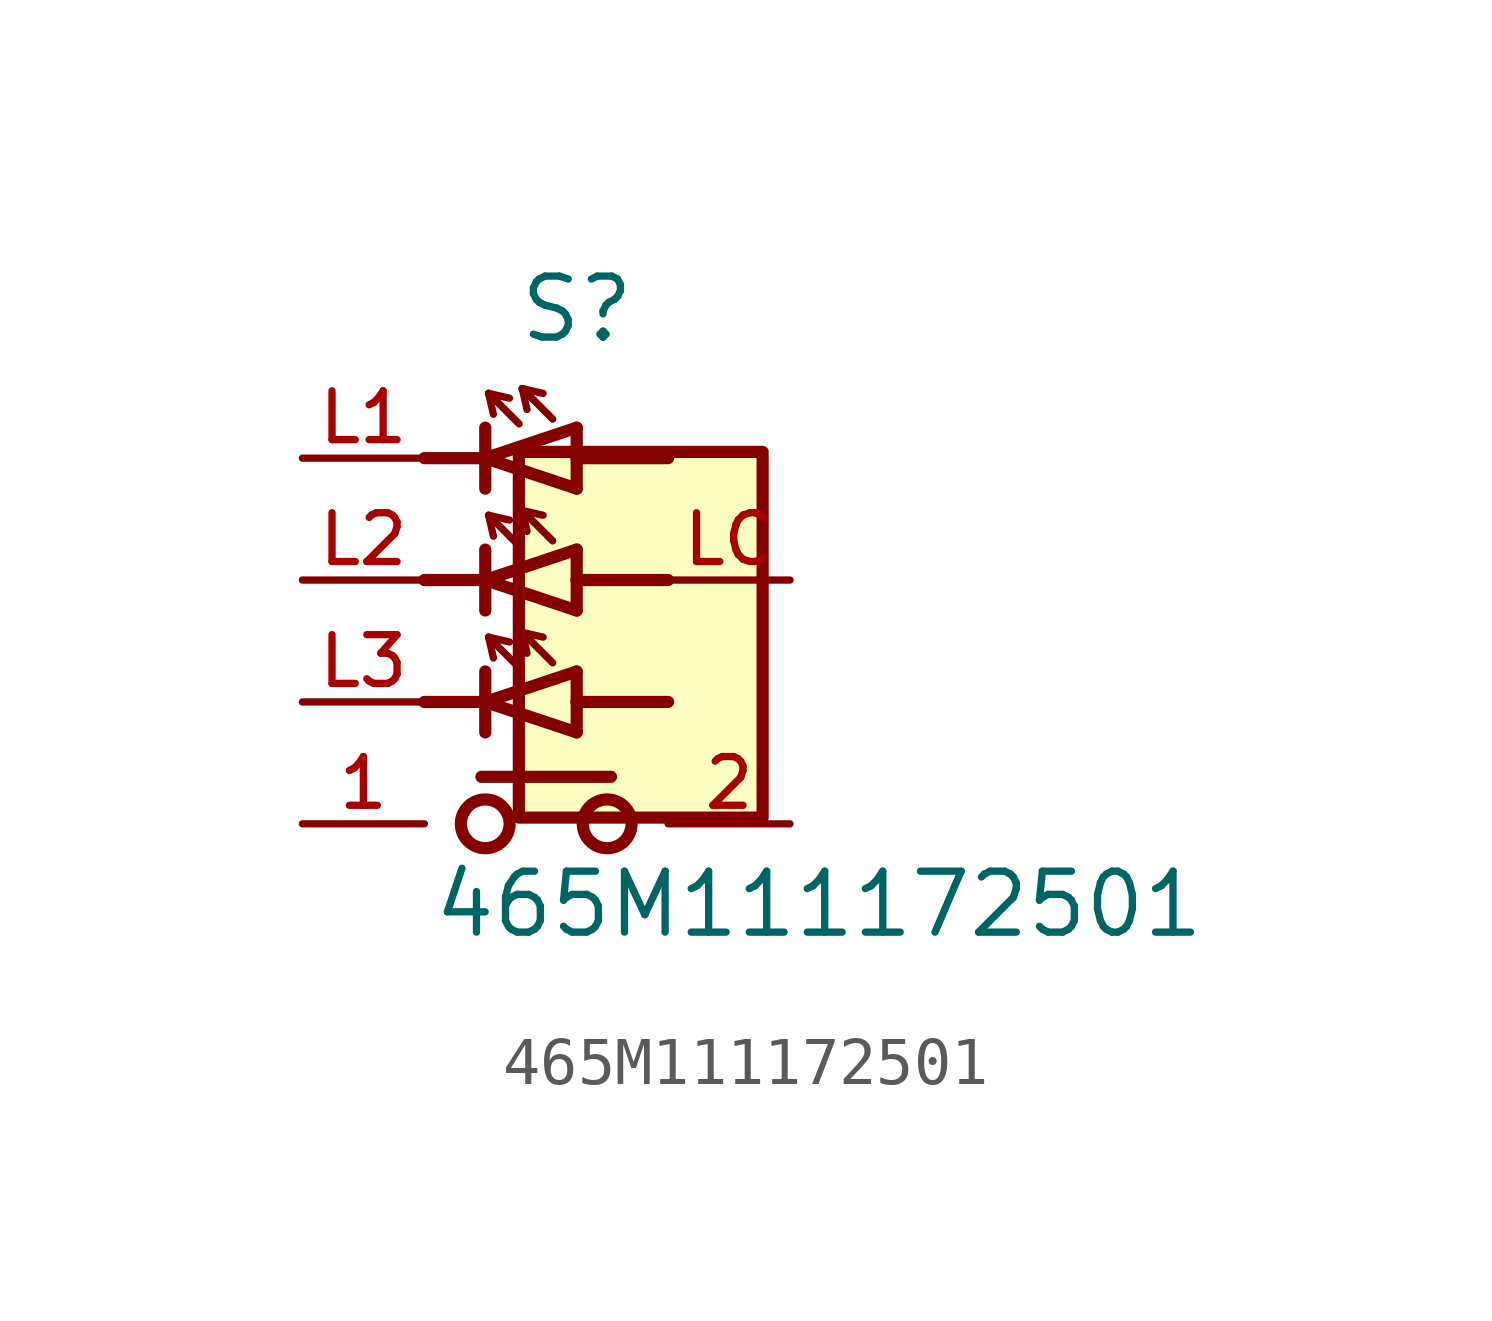
<source format=kicad_sym>
(kicad_symbol_lib
  (version 20211014)
  (generator kicad_symbol_editor)
  (symbol "465M111172501"
    (pin_names
      (offset 1.016))
    (property "Reference" "S"
      (at 0.64 4.9 0)
      (effects (font (size 1.27 1.27)) (justify bottom)))
    (property "Value" "465M111172501"
      (at -2.4 -7.5 0)
      (effects (font (size 1.27 1.27)) (justify bottom left)))
    (symbol "465M111172501_0_0"
      (polyline (pts (xy 0.635 1.905) (xy -1.27 2.54)) (stroke (width 0.254)))
      (polyline (pts (xy -1.27 2.54) (xy 0.635 3.175)) (stroke (width 0.254)))
      (polyline (pts (xy -1.27 1.905) (xy -1.27 2.54)) (stroke (width 0.254)))
      (polyline (pts (xy -1.27 2.54) (xy -1.27 3.175)) (stroke (width 0.254)))
      (polyline (pts (xy 0.635 1.905) (xy 0.635 2.54)) (stroke (width 0.254)))
      (polyline (pts (xy 2.54 2.54) (xy 0.635 2.54)) (stroke (width 0.254)))
      (polyline (pts (xy 0.635 2.54) (xy 0.635 3.175)) (stroke (width 0.254)))
      (polyline (pts (xy -0.565 3.255) (xy -1.2 3.89)) (stroke (width 0.152)))
      (polyline (pts (xy -1.2 3.89) (xy -1.1 3.455)) (stroke (width 0.152)))
      (polyline (pts (xy -1.2 3.89) (xy -0.765 3.79)) (stroke (width 0.152)))
      (polyline (pts (xy 0.135 3.355) (xy -0.5 3.99)) (stroke (width 0.152)))
      (polyline (pts (xy -0.5 3.99) (xy -0.4 3.555)) (stroke (width 0.152)))
      (polyline (pts (xy -0.5 3.99) (xy -0.065 3.89)) (stroke (width 0.152)))
      (polyline (pts (xy 0.635 -0.635) (xy -1.27 0.0)) (stroke (width 0.254)))
      (polyline (pts (xy -1.27 0.0) (xy 0.635 0.635)) (stroke (width 0.254)))
      (polyline (pts (xy -1.27 -0.635) (xy -1.27 0.0)) (stroke (width 0.254)))
      (polyline (pts (xy -1.27 0.0) (xy -1.27 0.635)) (stroke (width 0.254)))
      (polyline (pts (xy 0.635 -0.635) (xy 0.635 0.0)) (stroke (width 0.254)))
      (polyline (pts (xy 2.54 0.0) (xy 0.635 0.0)) (stroke (width 0.254)))
      (polyline (pts (xy 0.635 0.0) (xy 0.635 0.635)) (stroke (width 0.254)))
      (polyline (pts (xy -0.565 0.715) (xy -1.2 1.35)) (stroke (width 0.152)))
      (polyline (pts (xy -1.2 1.35) (xy -1.1 0.915)) (stroke (width 0.152)))
      (polyline (pts (xy -1.2 1.35) (xy -0.765 1.25)) (stroke (width 0.152)))
      (polyline (pts (xy 0.135 0.815) (xy -0.5 1.45)) (stroke (width 0.152)))
      (polyline (pts (xy -0.5 1.45) (xy -0.4 1.015)) (stroke (width 0.152)))
      (polyline (pts (xy -0.5 1.45) (xy -0.065 1.35)) (stroke (width 0.152)))
      (polyline (pts (xy 0.635 -3.175) (xy -1.27 -2.54)) (stroke (width 0.254)))
      (polyline (pts (xy -1.27 -2.54) (xy 0.635 -1.905)) (stroke (width 0.254)))
      (polyline (pts (xy -1.27 -3.175) (xy -1.27 -2.54)) (stroke (width 0.254)))
      (polyline (pts (xy -1.27 -2.54) (xy -1.27 -1.905)) (stroke (width 0.254)))
      (polyline (pts (xy 0.635 -3.175) (xy 0.635 -2.54)) (stroke (width 0.254)))
      (polyline (pts (xy 2.54 -2.54) (xy 0.635 -2.54)) (stroke (width 0.254)))
      (polyline (pts (xy 0.635 -2.54) (xy 0.635 -1.905)) (stroke (width 0.254)))
      (polyline (pts (xy -0.565 -1.825) (xy -1.2 -1.19)) (stroke (width 0.152)))
      (polyline (pts (xy -1.2 -1.19) (xy -1.1 -1.625)) (stroke (width 0.152)))
      (polyline (pts (xy -1.2 -1.19) (xy -0.765 -1.29)) (stroke (width 0.152)))
      (polyline (pts (xy 0.135 -1.725) (xy -0.5 -1.09)) (stroke (width 0.152)))
      (polyline (pts (xy -0.5 -1.09) (xy -0.4 -1.525)) (stroke (width 0.152)))
      (polyline (pts (xy -0.5 -1.09) (xy -0.065 -1.19)) (stroke (width 0.152)))
      (polyline (pts (xy -1.35 -4.1) (xy 1.35 -4.1)) (stroke (width 0.254)))
      (polyline (pts (xy -2.54 -2.54) (xy -1.27 -2.54)) (stroke (width 0.254)))
      (polyline (pts (xy -2.54 0.0) (xy -1.27 0.0)) (stroke (width 0.254)))
      (polyline (pts (xy -2.54 2.54) (xy -1.27 2.54)) (stroke (width 0.254)))
      (circle (center -1.27 -5.08) (radius 0.508) (stroke (width 0.254)) (fill (type none)))
      (circle (center 1.27 -5.08) (radius 0.508) (stroke (width 0.254)) (fill (type none)))
      (rectangle (start -0.57 -4.95) (end 4.51 2.67) (stroke (width 0.254)) (fill (type background)))
      (pin passive line (at 5.08 0.0 180.0) (length 2.54) (name "~" (effects (font (size 1.016 1.016)))) (number "LC" (effects (font (size 1.016 1.016)))))
      (pin passive line (at -5.08 -5.08 0) (length 2.54) (name "~" (effects (font (size 1.016 1.016)))) (number "1" (effects (font (size 1.016 1.016)))))
      (pin passive line (at 5.08 -5.08 180.0) (length 2.54) (name "~" (effects (font (size 1.016 1.016)))) (number "2" (effects (font (size 1.016 1.016)))))
      (pin passive line (at -5.08 2.54 0) (length 2.54) (name "~" (effects (font (size 1.016 1.016)))) (number "L1" (effects (font (size 1.016 1.016)))))
      (pin passive line (at -5.08 0.0 0) (length 2.54) (name "~" (effects (font (size 1.016 1.016)))) (number "L2" (effects (font (size 1.016 1.016)))))
      (pin passive line (at -5.08 -2.54 0) (length 2.54) (name "~" (effects (font (size 1.016 1.016)))) (number "L3" (effects (font (size 1.016 1.016))))))))
</source>
